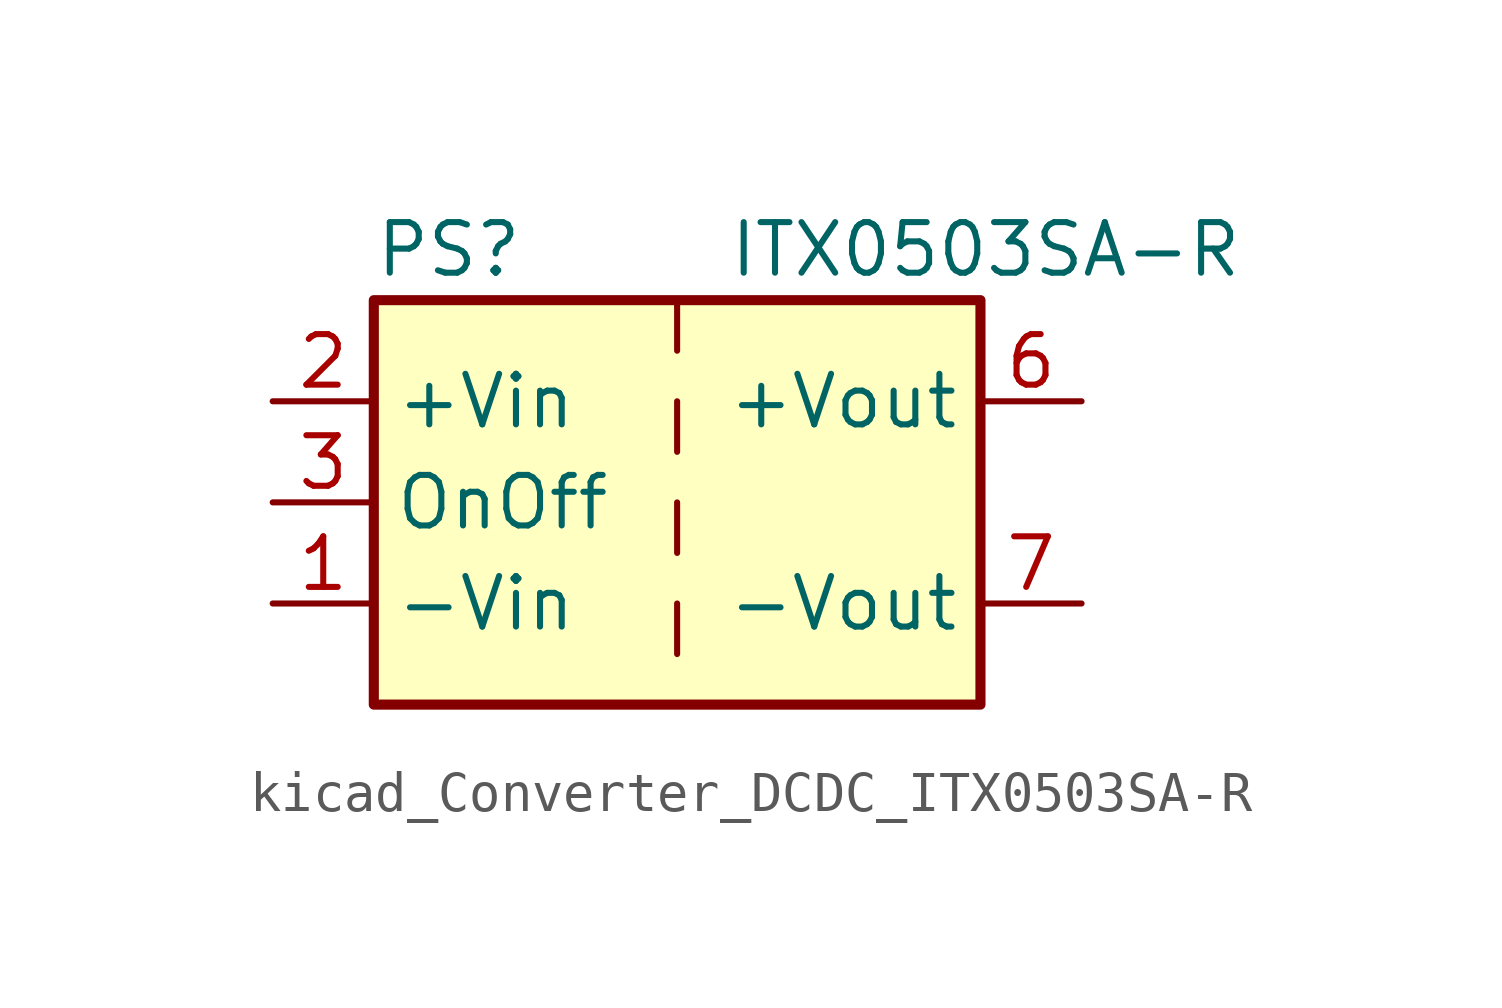
<source format=kicad_sym>
(kicad_symbol_lib
  (version 20220914)
  (generator kicad_symbol_editor)
  (symbol "kicad_Converter_DCDC_ITX0503SA-R"
    (property "Reference" "PS"
      (at -7.62 6.35 0)
      (effects (font (size 1.27 1.27)) (justify left)))
    (property "Value" "ITX0503SA-R"
      (at 1.27 6.35 0)
      (effects (font (size 1.27 1.27)) (justify left)))
    (symbol "kicad_Converter_DCDC_ITX0503SA-R_0_0"
      (pin power_in line (at -10.16 -2.54 0) (length 2.54) (name "-Vin" (effects (font (size 1.27 1.27)))) (number "1" (effects (font (size 1.27 1.27)))))
      (pin power_in line (at -10.16 2.54 0) (length 2.54) (name "+Vin" (effects (font (size 1.27 1.27)))) (number "2" (effects (font (size 1.27 1.27)))))
      (pin input line (at -10.16 0 0) (length 2.54) (name "OnOff" (effects (font (size 1.27 1.27)))) (number "3" (effects (font (size 1.27 1.27)))))
      (pin no_connect line (at 0 5.08 270) (length 2.54) hide (name "NC" (effects (font (size 1.27 1.27)))) (number "5" (effects (font (size 1.27 1.27)))))
      (pin power_out line (at 10.16 2.54 180) (length 2.54) (name "+Vout" (effects (font (size 1.27 1.27)))) (number "6" (effects (font (size 1.27 1.27)))))
      (pin power_out line (at 10.16 -2.54 180) (length 2.54) (name "-Vout" (effects (font (size 1.27 1.27)))) (number "7" (effects (font (size 1.27 1.27)))))
      (pin no_connect line (at 7.62 0 180) (length 2.54) hide (name "NC" (effects (font (size 1.27 1.27)))) (number "8" (effects (font (size 1.27 1.27))))))
    (symbol "kicad_Converter_DCDC_ITX0503SA-R_0_1"
      (rectangle (start -7.62 5.08) (end 7.62 -5.08) (stroke (width 0.254) (type default)) (fill (type background)))
      (polyline (pts (xy 0 -2.54) (xy 0 -3.81)) (stroke (width 0) (type default)) (fill (type none)))
      (polyline (pts (xy 0 0) (xy 0 -1.27)) (stroke (width 0) (type default)) (fill (type none)))
      (polyline (pts (xy 0 2.54) (xy 0 1.27)) (stroke (width 0) (type default)) (fill (type none)))
      (polyline (pts (xy 0 5.08) (xy 0 3.81)) (stroke (width 0) (type default)) (fill (type none))))))
</source>
